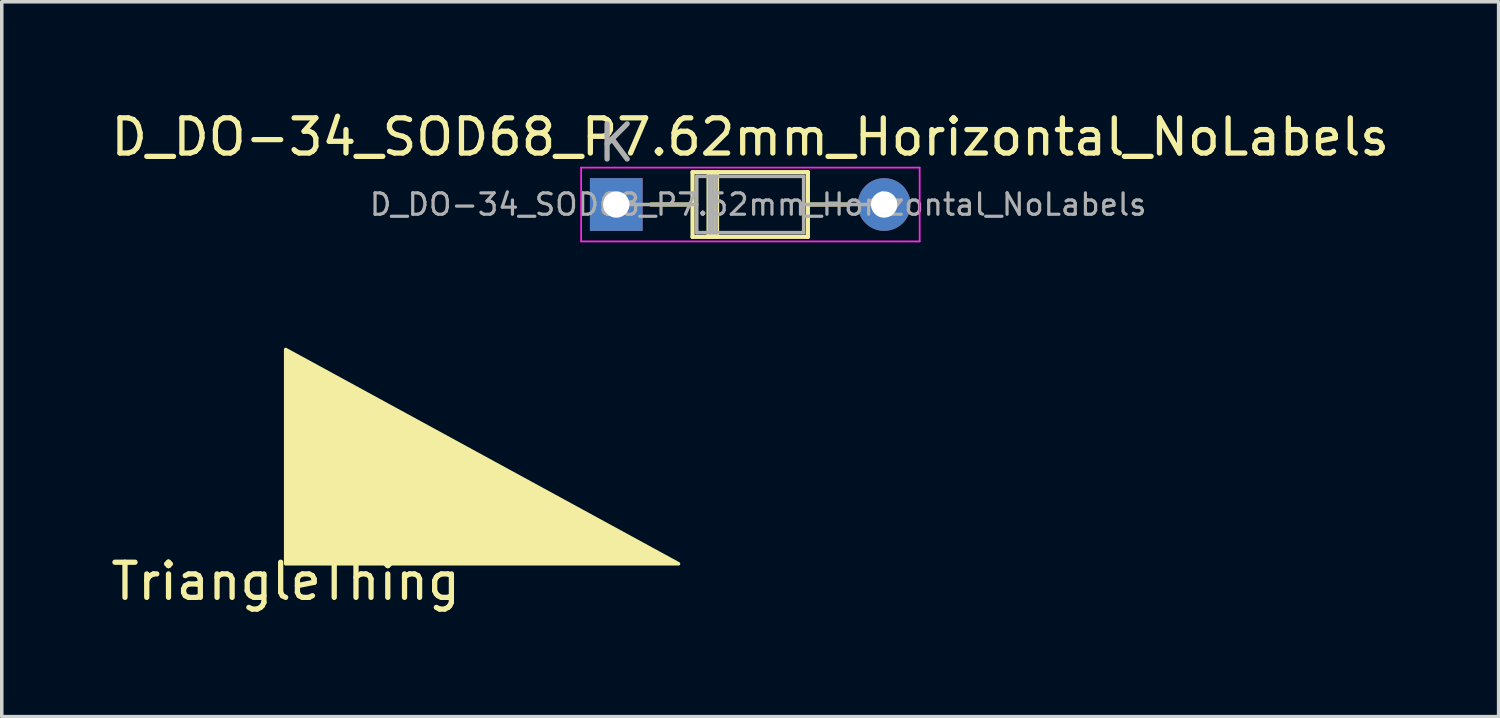
<source format=kicad_pcb>
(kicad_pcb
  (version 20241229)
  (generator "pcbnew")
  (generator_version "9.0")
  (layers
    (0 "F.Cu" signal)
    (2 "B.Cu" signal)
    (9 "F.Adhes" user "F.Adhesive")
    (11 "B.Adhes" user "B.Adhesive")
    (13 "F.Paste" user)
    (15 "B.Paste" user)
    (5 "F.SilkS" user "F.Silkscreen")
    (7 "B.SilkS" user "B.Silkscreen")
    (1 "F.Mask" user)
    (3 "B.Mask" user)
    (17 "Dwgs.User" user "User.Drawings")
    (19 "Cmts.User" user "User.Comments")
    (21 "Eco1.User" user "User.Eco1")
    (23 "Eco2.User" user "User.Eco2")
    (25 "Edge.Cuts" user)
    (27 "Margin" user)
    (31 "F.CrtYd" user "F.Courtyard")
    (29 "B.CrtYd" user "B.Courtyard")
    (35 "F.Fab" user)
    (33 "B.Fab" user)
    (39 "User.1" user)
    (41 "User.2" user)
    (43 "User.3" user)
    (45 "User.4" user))
  (footprint "TriangleThing"
    (layer "F.Cu")
    (at 5.077 12.989)
    (property "Reference" "TriangleThing" (at 0 0.5 0) (layer "F.SilkS") (effects (font (size 1 1) (thickness 0.15))))
    (attr through_hole)
    (fp_poly (pts (xy 11.176 0) (xy 0 0) (xy 0 -6.096)) (stroke (width 0.1) (type solid)) (fill yes) (layer "F.SilkS")))
  (footprint "D_DO-34_SOD68_P7.62mm_Horizontal_NoLabels"
    (layer "F.Cu")
    (at 14.482 2.768)
    (property "Reference" "D_DO-34_SOD68_P7.62mm_Horizontal_NoLabels" (at 3.81 -1.92 0) (layer "F.SilkS") (effects (font (size 1 1) (thickness 0.15))))
    (attr through_hole)
    (fp_line (start 0.99 0) (end 2.17 0) (stroke (width 0.12) (type solid)) (layer "F.SilkS"))
    (fp_line (start 2.17 -0.92) (end 2.17 0.92) (stroke (width 0.12) (type solid)) (layer "F.SilkS"))
    (fp_line (start 2.17 0.92) (end 5.45 0.92) (stroke (width 0.12) (type solid)) (layer "F.SilkS"))
    (fp_line (start 2.626 -0.92) (end 2.626 0.92) (stroke (width 0.12) (type solid)) (layer "F.SilkS"))
    (fp_line (start 2.746 -0.92) (end 2.746 0.92) (stroke (width 0.12) (type solid)) (layer "F.SilkS"))
    (fp_line (start 2.866 -0.92) (end 2.866 0.92) (stroke (width 0.12) (type solid)) (layer "F.SilkS"))
    (fp_line (start 5.45 -0.92) (end 2.17 -0.92) (stroke (width 0.12) (type solid)) (layer "F.SilkS"))
    (fp_line (start 5.45 0.92) (end 5.45 -0.92) (stroke (width 0.12) (type solid)) (layer "F.SilkS"))
    (fp_line (start 6.63 0) (end 5.45 0) (stroke (width 0.12) (type solid)) (layer "F.SilkS"))
    (fp_line (start -1 -1.05) (end -1 1.05) (stroke (width 0.05) (type solid)) (layer "F.CrtYd"))
    (fp_line (start -1 1.05) (end 8.63 1.05) (stroke (width 0.05) (type solid)) (layer "F.CrtYd"))
    (fp_line (start 8.63 -1.05) (end -1 -1.05) (stroke (width 0.05) (type solid)) (layer "F.CrtYd"))
    (fp_line (start 8.63 1.05) (end 8.63 -1.05) (stroke (width 0.05) (type solid)) (layer "F.CrtYd"))
    (fp_line (start 0 0) (end 2.29 0) (stroke (width 0.1) (type solid)) (layer "F.Fab"))
    (fp_line (start 2.29 -0.8) (end 2.29 0.8) (stroke (width 0.1) (type solid)) (layer "F.Fab"))
    (fp_line (start 2.29 0.8) (end 5.33 0.8) (stroke (width 0.1) (type solid)) (layer "F.Fab"))
    (fp_line (start 2.646 -0.8) (end 2.646 0.8) (stroke (width 0.1) (type solid)) (layer "F.Fab"))
    (fp_line (start 2.746 -0.8) (end 2.746 0.8) (stroke (width 0.1) (type solid)) (layer "F.Fab"))
    (fp_line (start 2.846 -0.8) (end 2.846 0.8) (stroke (width 0.1) (type solid)) (layer "F.Fab"))
    (fp_line (start 5.33 -0.8) (end 2.29 -0.8) (stroke (width 0.1) (type solid)) (layer "F.Fab"))
    (fp_line (start 5.33 0.8) (end 5.33 -0.8) (stroke (width 0.1) (type solid)) (layer "F.Fab"))
    (fp_line (start 7.62 0) (end 5.33 0) (stroke (width 0.1) (type solid)) (layer "F.Fab"))
    (fp_text user "${REFERENCE}" (at 4.038 0 0) (layer "F.Fab") (effects (font (size 0.608 0.608) (thickness 0.091))))
    (fp_text user "K" (at 0 -1.75 0) (layer "F.Fab") (effects (font (size 1 1) (thickness 0.15))))
    (pad "1" thru_hole rect (at 0 0) (size 1.5 1.5) (drill 0.75) (layers "*.Cu" "*.Mask"))
    (pad "2" thru_hole oval (at 7.62 0) (size 1.5 1.5) (drill 0.75) (layers "*.Cu" "*.Mask")))
  (gr_rect
    (start -3 -3)
    (end 39.583 17.337)
    (stroke (width 0.1) (type default))
    (fill no)
    (layer "Edge.Cuts")))
</source>
